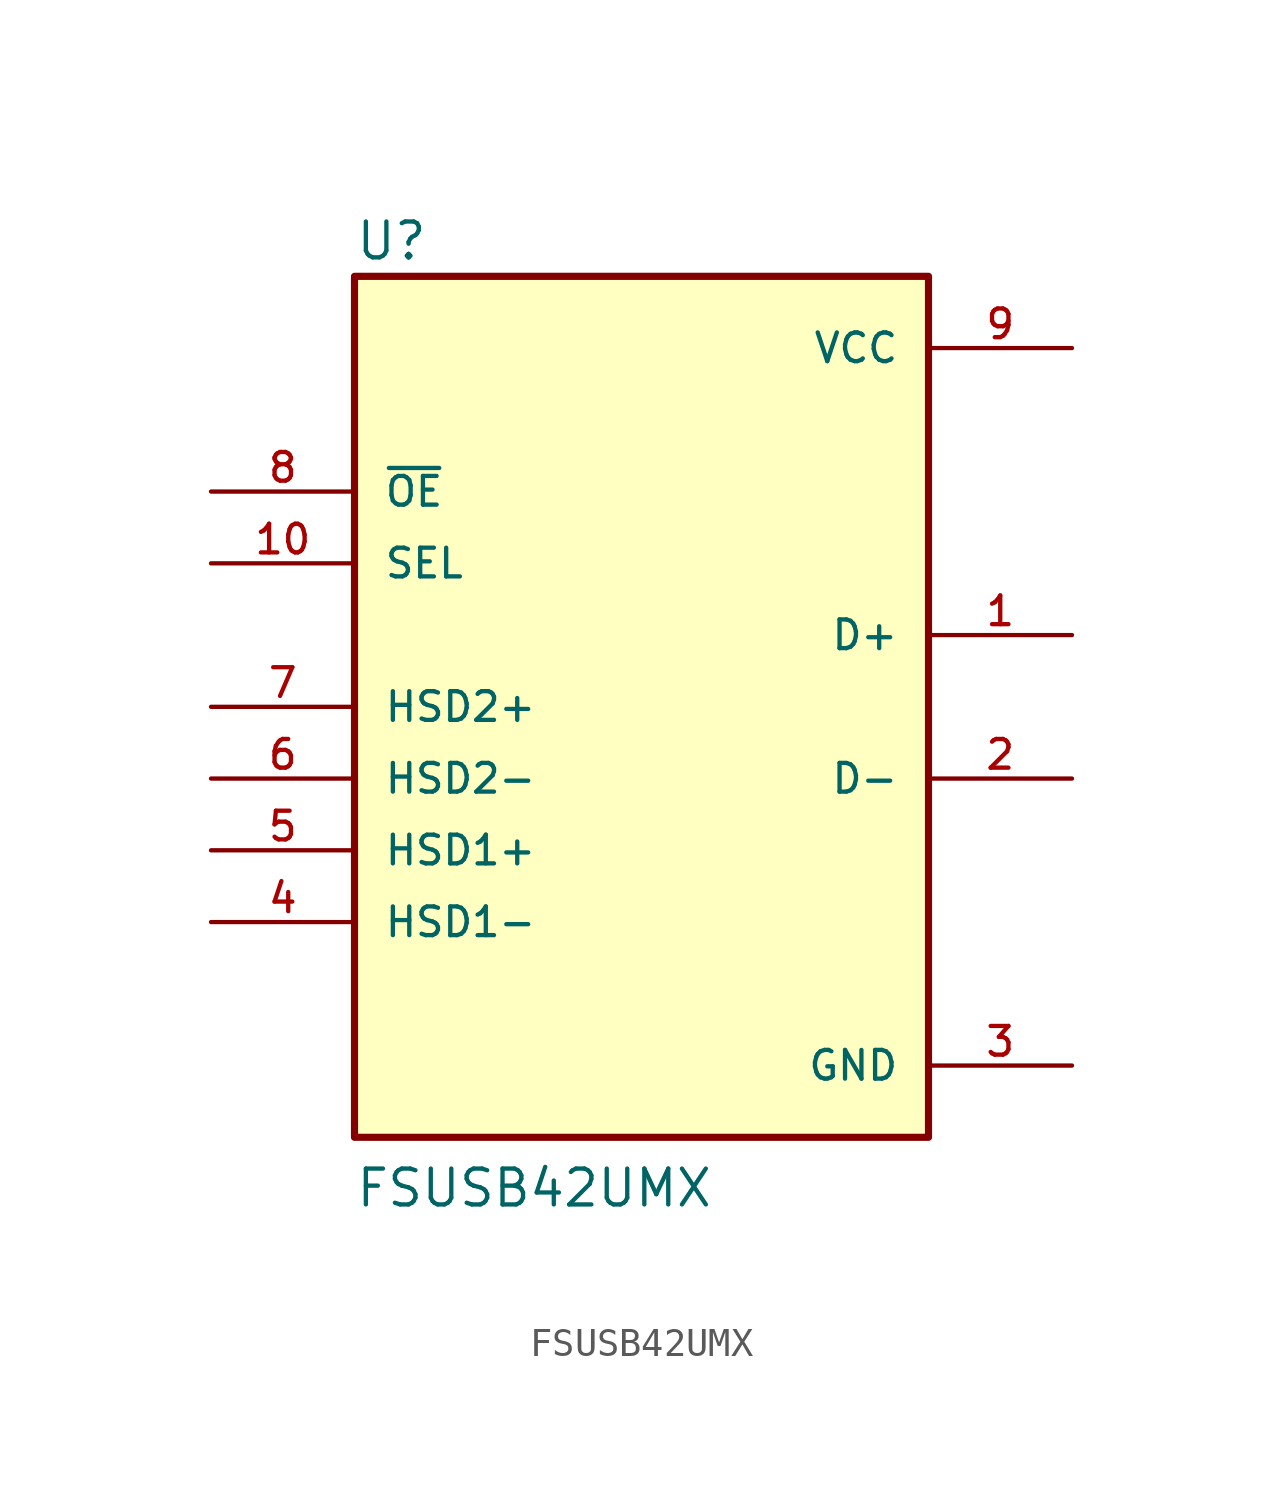
<source format=kicad_sym>
(kicad_symbol_lib
  (version 20211014)
  (generator kicad_symbol_editor)
  (symbol "FSUSB42UMX"
    (pin_names
      (offset 1.016))
    (property "Reference" "U"
      (at -10.16 15.748 0)
      (effects (font (size 1.27 1.27)) (justify bottom left)))
    (property "Value" "FSUSB42UMX"
      (at -10.16 -17.78 0)
      (effects (font (size 1.27 1.27)) (justify bottom left)))
    (symbol "FSUSB42UMX_0_0"
      (rectangle (start -10.16 -15.24) (end 10.16 15.24) (stroke (width 0.254)) (fill (type background)))
      (pin power_in line (at 15.24 12.7 180.0) (length 5.08) (name "VCC" (effects (font (size 1.016 1.016)))) (number "9" (effects (font (size 1.016 1.016)))))
      (pin input line (at -15.24 -7.62 0) (length 5.08) (name "HSD1-" (effects (font (size 1.016 1.016)))) (number "4" (effects (font (size 1.016 1.016)))))
      (pin input line (at -15.24 -2.54 0) (length 5.08) (name "HSD2-" (effects (font (size 1.016 1.016)))) (number "6" (effects (font (size 1.016 1.016)))))
      (pin input line (at -15.24 -5.08 0) (length 5.08) (name "HSD1+" (effects (font (size 1.016 1.016)))) (number "5" (effects (font (size 1.016 1.016)))))
      (pin input line (at -15.24 0.0 0) (length 5.08) (name "HSD2+" (effects (font (size 1.016 1.016)))) (number "7" (effects (font (size 1.016 1.016)))))
      (pin input line (at -15.24 5.08 0) (length 5.08) (name "SEL" (effects (font (size 1.016 1.016)))) (number "10" (effects (font (size 1.016 1.016)))))
      (pin input line (at -15.24 7.62 0) (length 5.08) (name "~{OE}" (effects (font (size 1.016 1.016)))) (number "8" (effects (font (size 1.016 1.016)))))
      (pin bidirectional line (at 15.24 -2.54 180.0) (length 5.08) (name "D-" (effects (font (size 1.016 1.016)))) (number "2" (effects (font (size 1.016 1.016)))))
      (pin bidirectional line (at 15.24 2.54 180.0) (length 5.08) (name "D+" (effects (font (size 1.016 1.016)))) (number "1" (effects (font (size 1.016 1.016)))))
      (pin power_in line (at 15.24 -12.7 180.0) (length 5.08) (name "GND" (effects (font (size 1.016 1.016)))) (number "3" (effects (font (size 1.016 1.016))))))))
</source>
